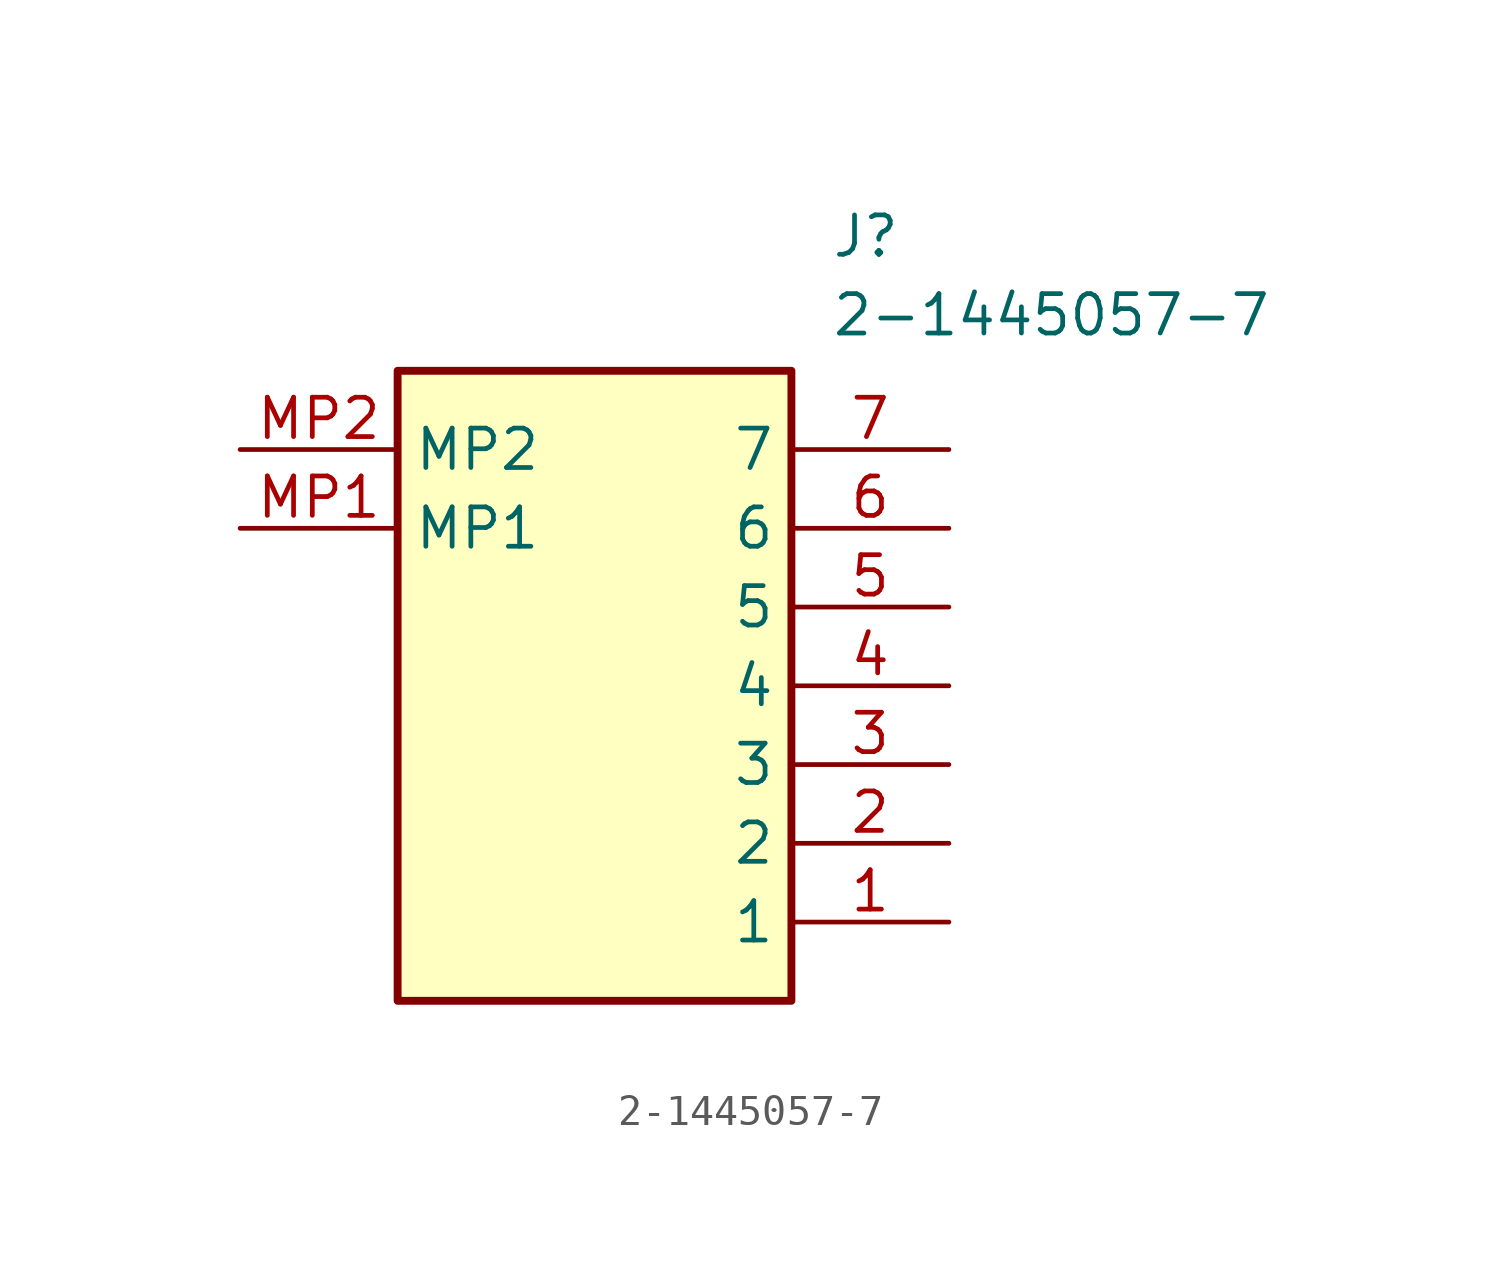
<source format=kicad_sym>
(kicad_symbol_lib
  (version 20211014)
  (generator SamacSys_ECAD_Model)
  (symbol "2-1445057-7"
    (property "Reference" "J"
      (at 19.05 7.62 0)
      (effects (font (size 1.27 1.27)) (justify left top)))
    (property "Value" "2-1445057-7"
      (at 19.05 5.08 0)
      (effects (font (size 1.27 1.27)) (justify left top)))
    (rectangle
      (start 5.08 2.54)
      (end 17.78 -17.78)
      (stroke (width 0.254) (type default))
      (fill (type background)))
    (pin passive line
      (at 22.86 -15.24 180)
      (length 5.08)
      (name "1" (effects (font (size 1.27 1.27))))
      (number "1" (effects (font (size 1.27 1.27)))))
    (pin passive line
      (at 22.86 -12.7 180)
      (length 5.08)
      (name "2" (effects (font (size 1.27 1.27))))
      (number "2" (effects (font (size 1.27 1.27)))))
    (pin passive line
      (at 22.86 -10.16 180)
      (length 5.08)
      (name "3" (effects (font (size 1.27 1.27))))
      (number "3" (effects (font (size 1.27 1.27)))))
    (pin passive line
      (at 22.86 -7.62 180)
      (length 5.08)
      (name "4" (effects (font (size 1.27 1.27))))
      (number "4" (effects (font (size 1.27 1.27)))))
    (pin passive line
      (at 22.86 -5.08 180)
      (length 5.08)
      (name "5" (effects (font (size 1.27 1.27))))
      (number "5" (effects (font (size 1.27 1.27)))))
    (pin passive line
      (at 22.86 -2.54 180)
      (length 5.08)
      (name "6" (effects (font (size 1.27 1.27))))
      (number "6" (effects (font (size 1.27 1.27)))))
    (pin passive line
      (at 22.86 0 180)
      (length 5.08)
      (name "7" (effects (font (size 1.27 1.27))))
      (number "7" (effects (font (size 1.27 1.27)))))
    (pin passive line
      (at 0 -2.54 0)
      (length 5.08)
      (name "MP1" (effects (font (size 1.27 1.27))))
      (number "MP1" (effects (font (size 1.27 1.27)))))
    (pin passive line
      (at 0 0 0)
      (length 5.08)
      (name "MP2" (effects (font (size 1.27 1.27))))
      (number "MP2" (effects (font (size 1.27 1.27)))))))
</source>
